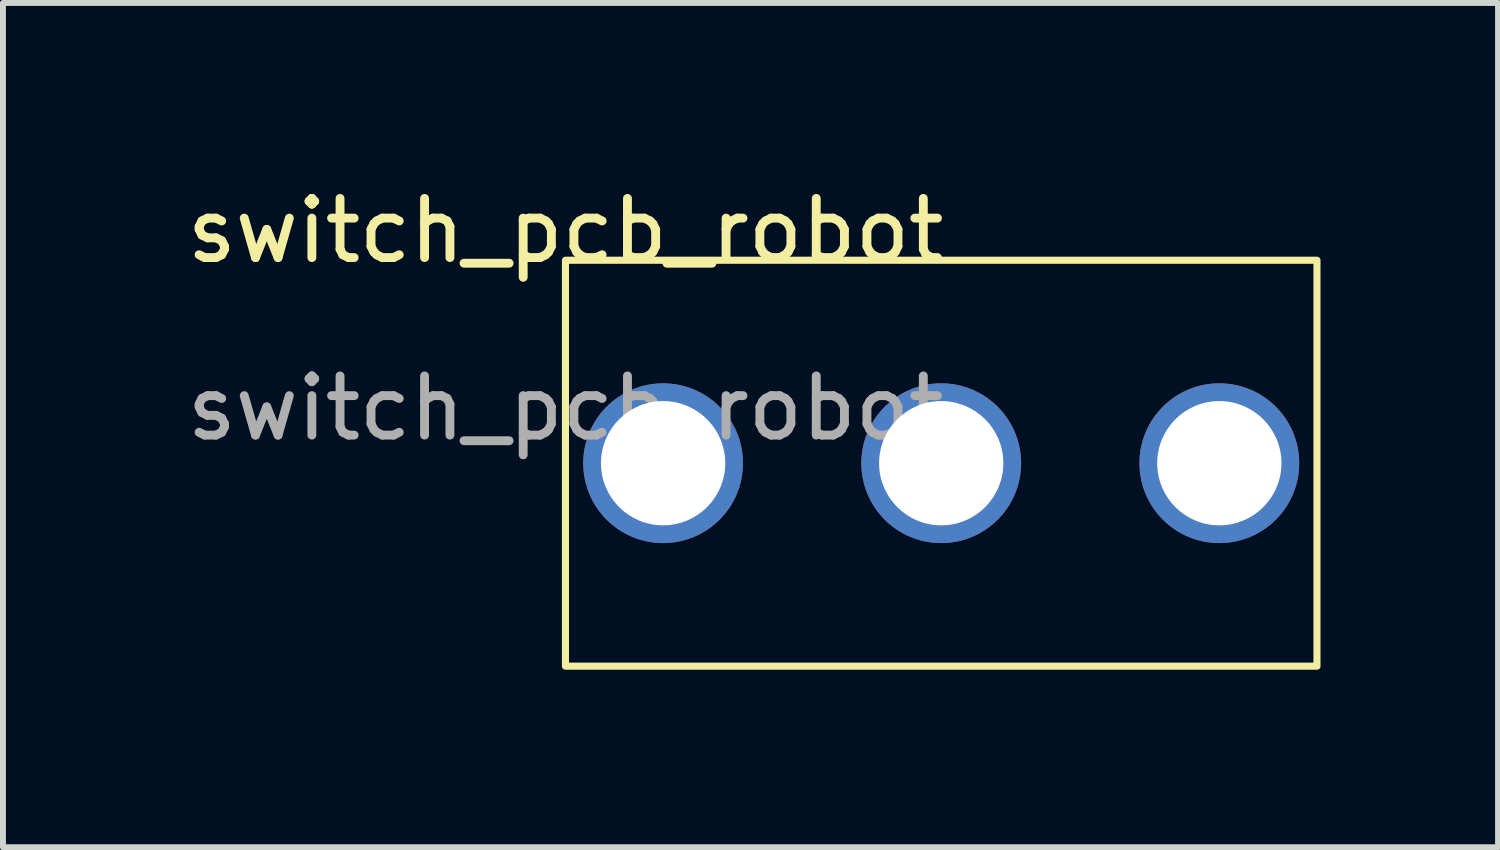
<source format=kicad_pcb>
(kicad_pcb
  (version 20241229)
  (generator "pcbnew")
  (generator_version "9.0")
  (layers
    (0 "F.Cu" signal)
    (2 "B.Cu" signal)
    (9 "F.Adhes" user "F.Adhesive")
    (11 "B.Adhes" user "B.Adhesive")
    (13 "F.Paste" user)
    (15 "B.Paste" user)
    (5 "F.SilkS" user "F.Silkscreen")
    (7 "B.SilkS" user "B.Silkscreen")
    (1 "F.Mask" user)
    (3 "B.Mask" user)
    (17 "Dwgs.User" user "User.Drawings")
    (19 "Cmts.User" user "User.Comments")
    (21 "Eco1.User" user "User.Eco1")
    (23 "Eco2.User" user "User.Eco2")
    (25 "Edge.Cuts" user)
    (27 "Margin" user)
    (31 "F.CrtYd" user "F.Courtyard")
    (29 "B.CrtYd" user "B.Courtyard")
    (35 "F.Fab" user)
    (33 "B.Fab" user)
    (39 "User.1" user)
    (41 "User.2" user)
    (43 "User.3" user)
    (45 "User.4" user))
  (footprint "switch_pcb_robot"
    (layer "F.Cu")
    (at 6.506 1.348)
    (property "Reference" "switch_pcb_robot" (at 0 -0.5 0) (unlocked yes) (layer "F.SilkS") (effects (font (size 1 1) (thickness 0.15))))
    (attr through_hole)
    (fp_rect (start 12.7 6.86) (end 0 0) (stroke (width 0.12) (type solid)) (fill no) (layer "F.SilkS"))
    (fp_text user "${REFERENCE}" (at 0 2.5 0) (unlocked yes) (layer "F.Fab") (effects (font (size 1 1) (thickness 0.15))))
    (pad "1" thru_hole circle (at 1.65 3.43) (size 2.7 2.7) (drill 2.1) (layers "*.Cu" "*.Mask"))
    (pad "2" thru_hole circle (at 6.35 3.43) (size 2.7 2.7) (drill 2.1) (layers "*.Cu" "*.Mask"))
    (pad "3" thru_hole circle (at 11.05 3.43) (size 2.7 2.7) (drill 2.1) (layers "*.Cu" "*.Mask")))
  (gr_rect
    (start -3 -3)
    (end 22.266 11.268)
    (stroke (width 0.1) (type default))
    (fill no)
    (layer "Edge.Cuts")))
</source>
